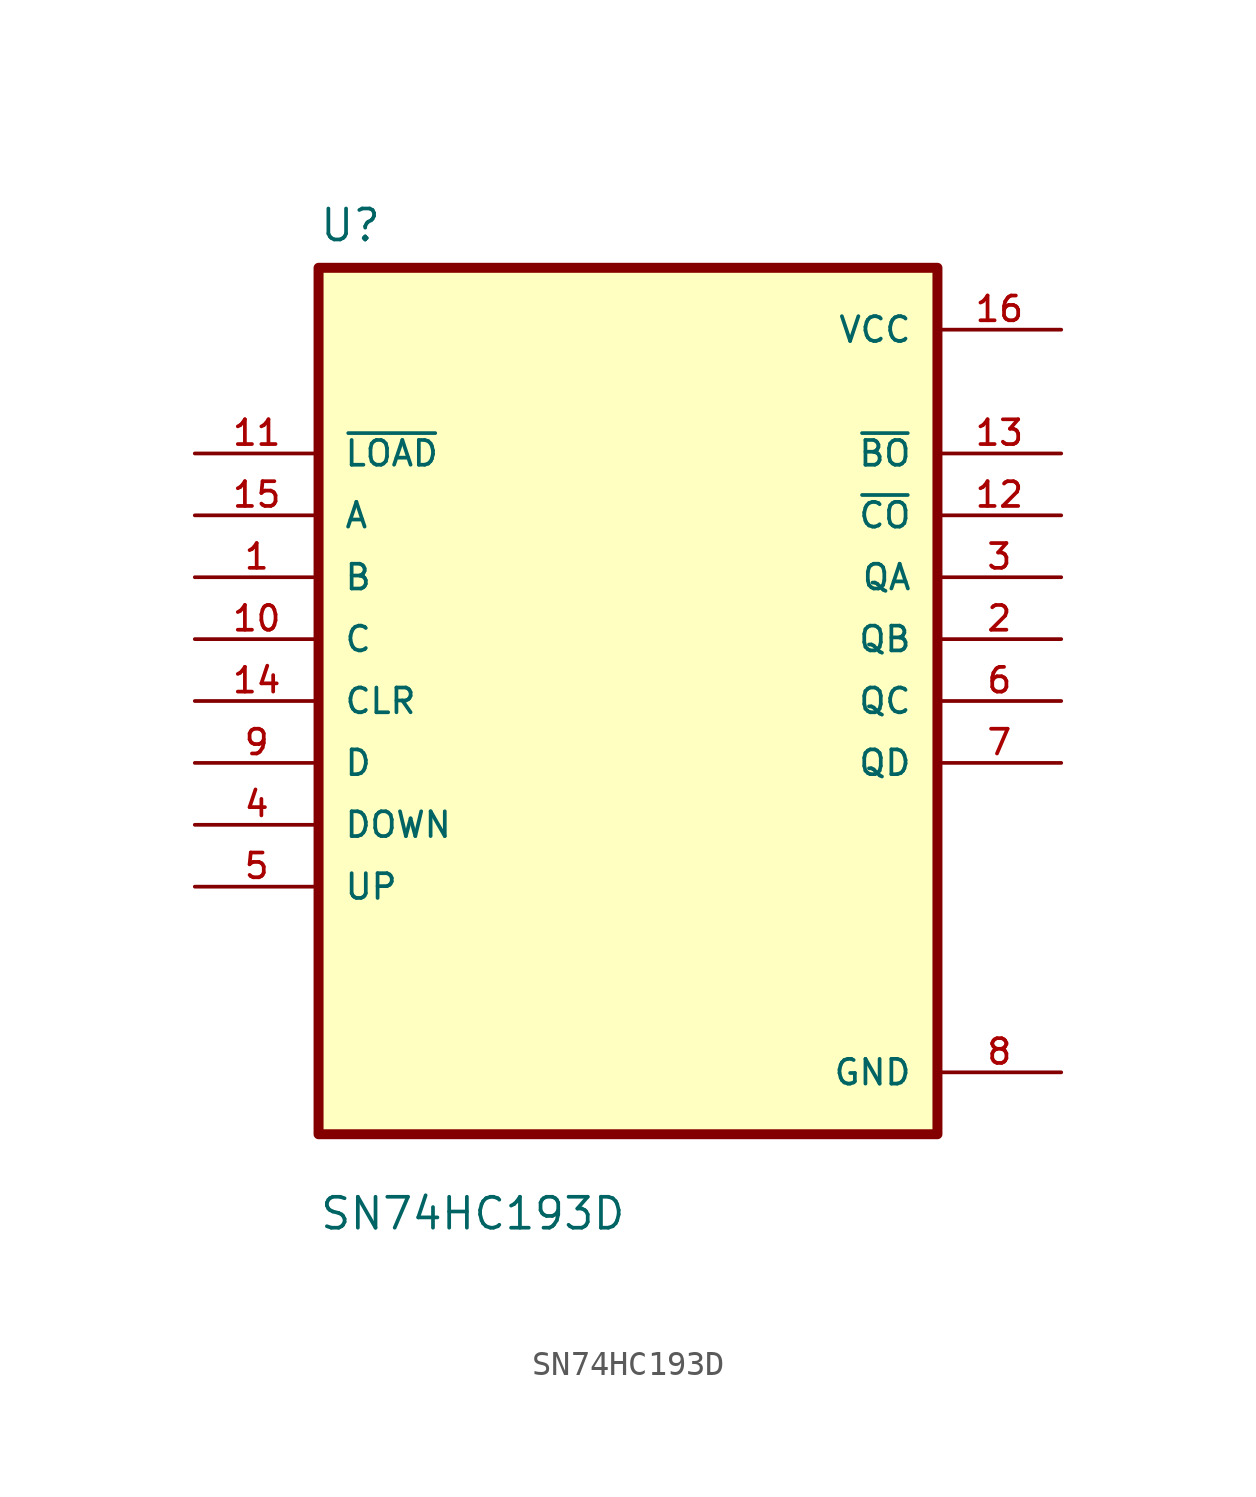
<source format=kicad_sym>
(kicad_symbol_lib
  (version 20211014)
  (generator kicad_symbol_editor)
  (symbol "SN74HC193D"
    (pin_names
      (offset 1.016))
    (property "Reference" "U"
      (at -12.7 18.78 0.0)
      (effects (font (size 1.27 1.27)) (justify bottom left)))
    (property "Value" "SN74HC193D"
      (at -12.7 -21.78 0.0)
      (effects (font (size 1.27 1.27)) (justify bottom left)))
    (symbol "SN74HC193D_0_0"
      (rectangle (start -12.7 -17.78) (end 12.7 17.78) (stroke (width 0.41)) (fill (type background)))
      (pin input line (at -17.78 10.16 0) (length 5.08) (name "~{LOAD}" (effects (font (size 1.016 1.016)))) (number "11" (effects (font (size 1.016 1.016)))))
      (pin input line (at -17.78 7.62 0) (length 5.08) (name "A" (effects (font (size 1.016 1.016)))) (number "15" (effects (font (size 1.016 1.016)))))
      (pin input line (at -17.78 5.08 0) (length 5.08) (name "B" (effects (font (size 1.016 1.016)))) (number "1" (effects (font (size 1.016 1.016)))))
      (pin input line (at -17.78 2.54 0) (length 5.08) (name "C" (effects (font (size 1.016 1.016)))) (number "10" (effects (font (size 1.016 1.016)))))
      (pin input line (at -17.78 0.0 0) (length 5.08) (name "CLR" (effects (font (size 1.016 1.016)))) (number "14" (effects (font (size 1.016 1.016)))))
      (pin input line (at -17.78 -2.54 0) (length 5.08) (name "D" (effects (font (size 1.016 1.016)))) (number "9" (effects (font (size 1.016 1.016)))))
      (pin input line (at -17.78 -5.08 0) (length 5.08) (name "DOWN" (effects (font (size 1.016 1.016)))) (number "4" (effects (font (size 1.016 1.016)))))
      (pin input line (at -17.78 -7.62 0) (length 5.08) (name "UP" (effects (font (size 1.016 1.016)))) (number "5" (effects (font (size 1.016 1.016)))))
      (pin power_in line (at 17.78 15.24 180.0) (length 5.08) (name "VCC" (effects (font (size 1.016 1.016)))) (number "16" (effects (font (size 1.016 1.016)))))
      (pin output line (at 17.78 10.16 180.0) (length 5.08) (name "~{BO}" (effects (font (size 1.016 1.016)))) (number "13" (effects (font (size 1.016 1.016)))))
      (pin output line (at 17.78 7.62 180.0) (length 5.08) (name "~{CO}" (effects (font (size 1.016 1.016)))) (number "12" (effects (font (size 1.016 1.016)))))
      (pin output line (at 17.78 5.08 180.0) (length 5.08) (name "QA" (effects (font (size 1.016 1.016)))) (number "3" (effects (font (size 1.016 1.016)))))
      (pin output line (at 17.78 2.54 180.0) (length 5.08) (name "QB" (effects (font (size 1.016 1.016)))) (number "2" (effects (font (size 1.016 1.016)))))
      (pin output line (at 17.78 1.77636e-15 180.0) (length 5.08) (name "QC" (effects (font (size 1.016 1.016)))) (number "6" (effects (font (size 1.016 1.016)))))
      (pin output line (at 17.78 -2.54 180.0) (length 5.08) (name "QD" (effects (font (size 1.016 1.016)))) (number "7" (effects (font (size 1.016 1.016)))))
      (pin power_in line (at 17.78 -15.24 180.0) (length 5.08) (name "GND" (effects (font (size 1.016 1.016)))) (number "8" (effects (font (size 1.016 1.016))))))))
</source>
